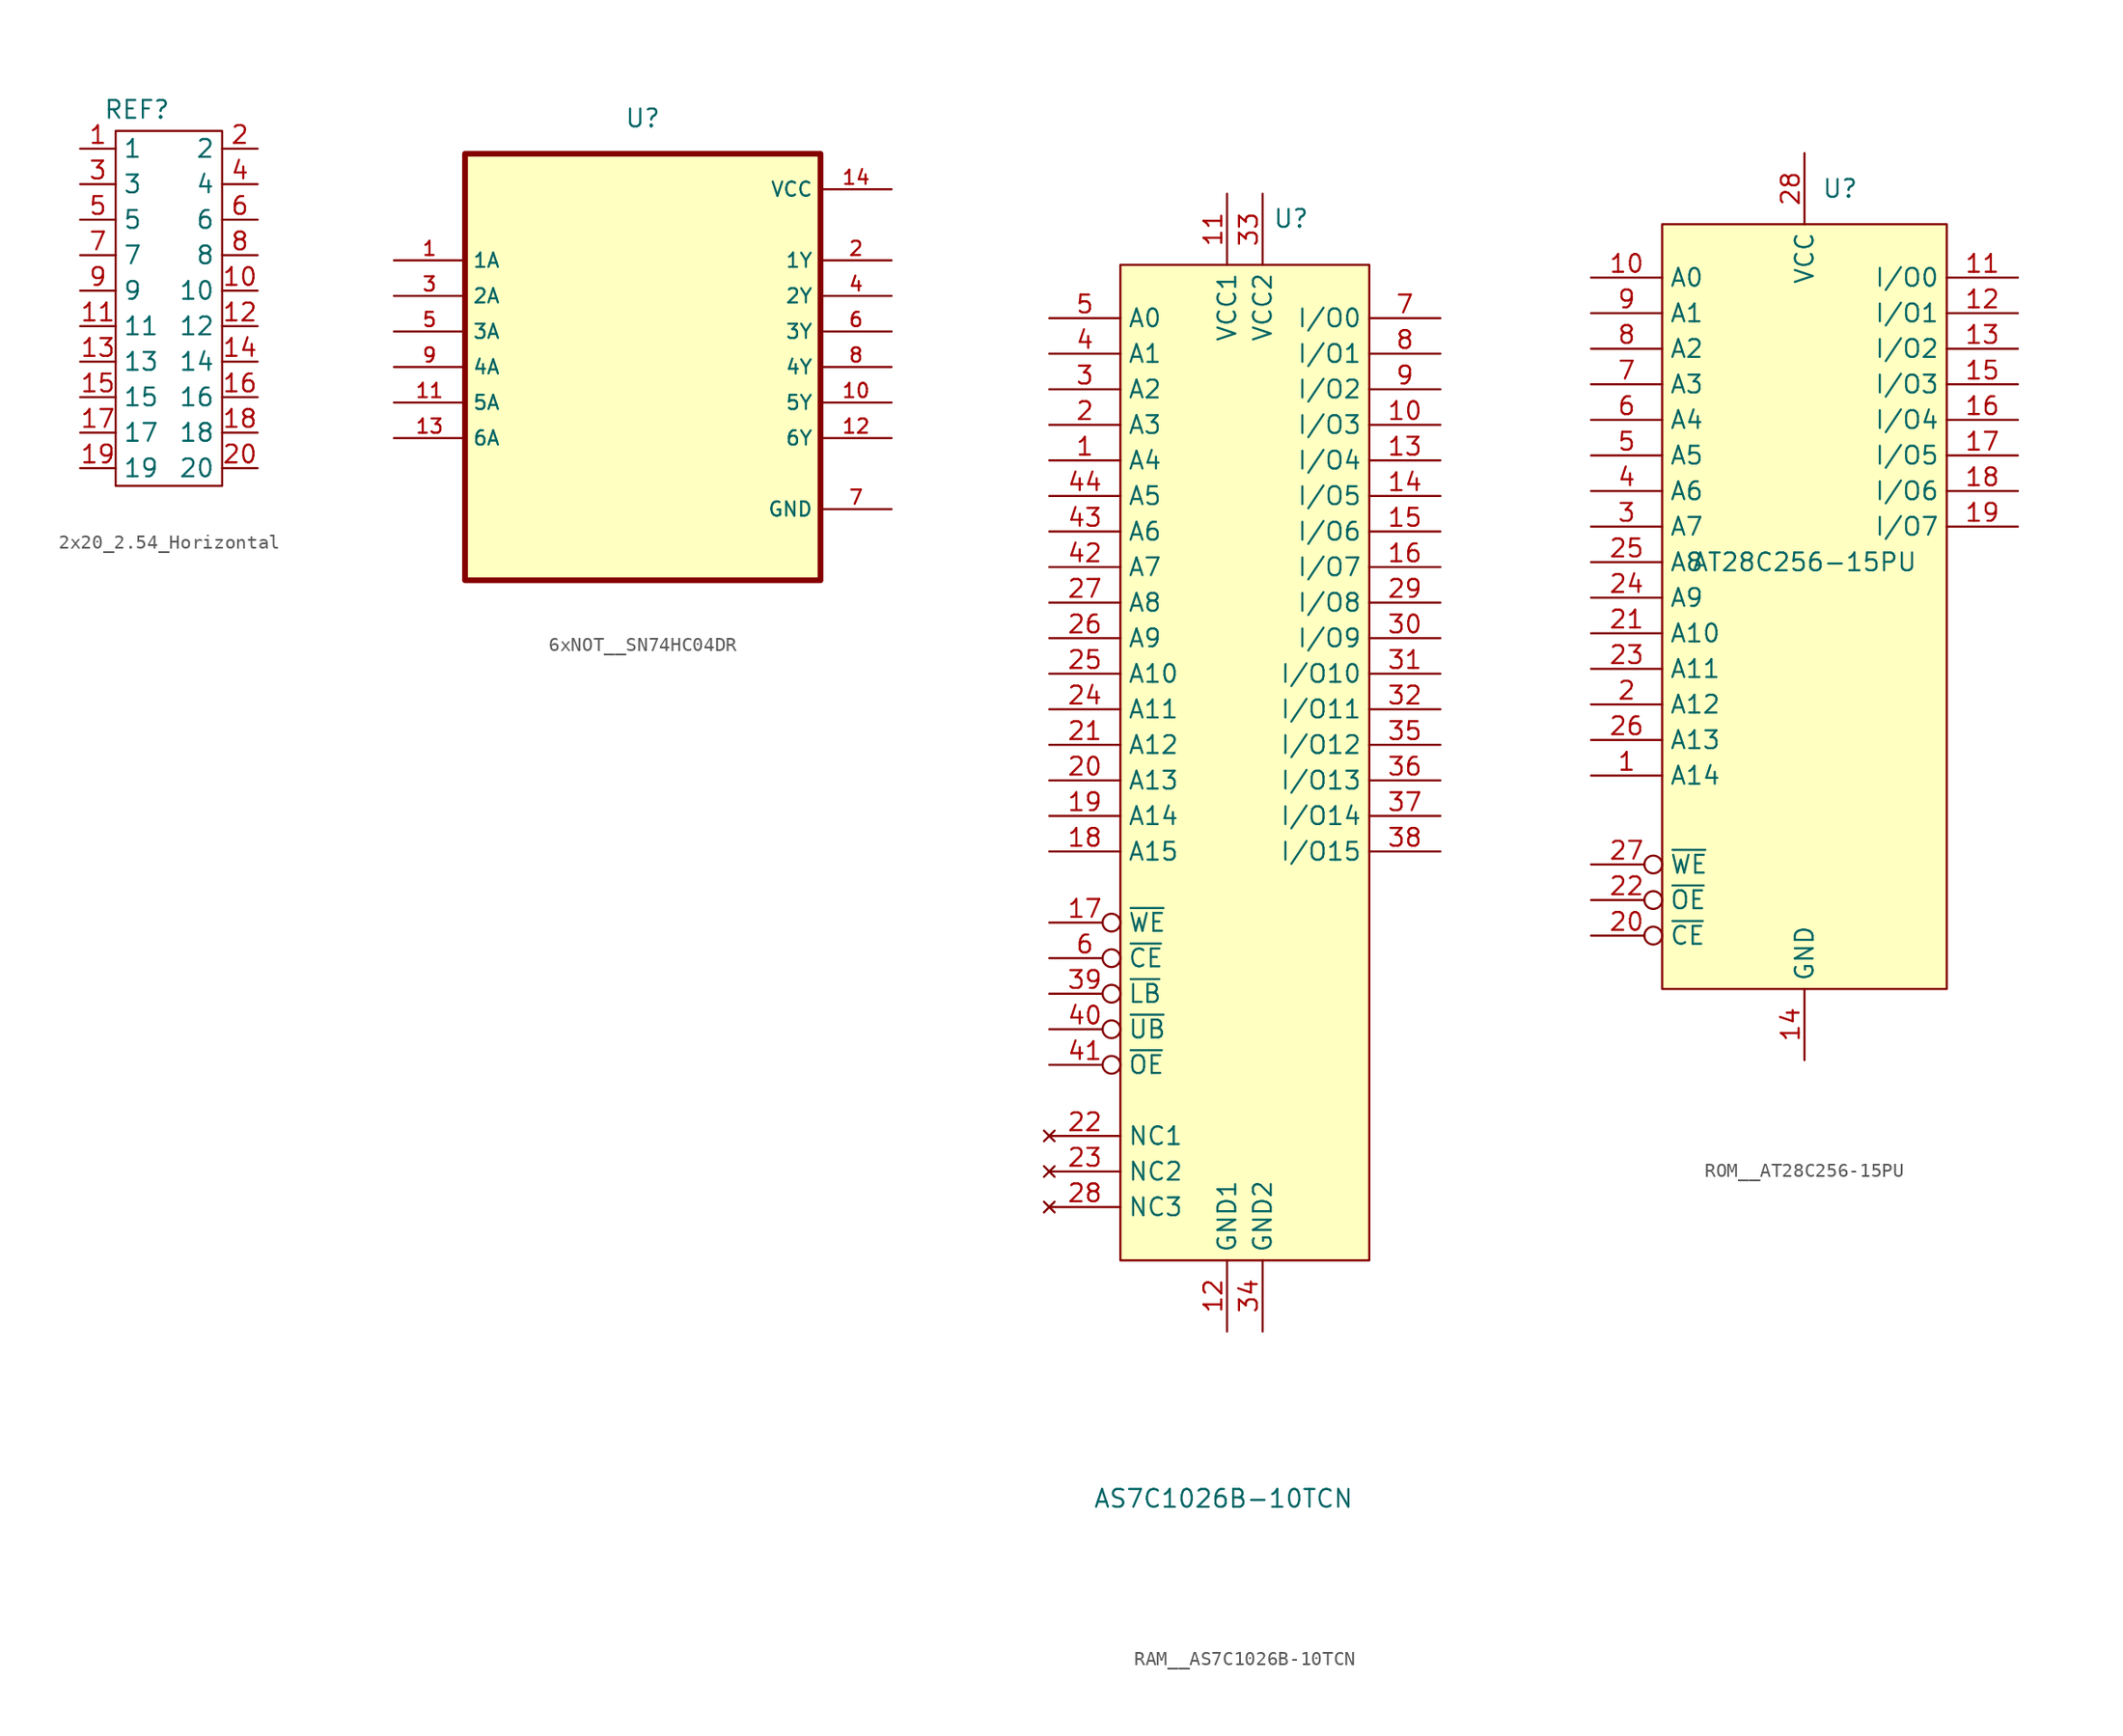
<source format=kicad_sym>
(kicad_symbol_lib
  (version 20241209)
  (generator "kicad_symbol_editor")
  (generator_version "9.0")
  (symbol "2x20_2.54_Horizontal"
    (property "Reference" "REF"
      (at -2.286 26.924 0)
      (effects (font (size 1.27 1.27))))
    (property "Value" ""
      (at 0 0 0)
      (effects (font (size 1.27 1.27))))
    (symbol "2x20_2.54_Horizontal_0_1"
      (rectangle (start -3.81 25.4) (end 3.81 0) (stroke (width 0) (type default)) (fill (type none))))
    (symbol "2x20_2.54_Horizontal_1_1"
      (pin bidirectional line (at -6.35 24.13 0) (length 2.54) (name "1" (effects (font (size 1.27 1.27)))) (number "1" (effects (font (size 1.27 1.27)))))
      (pin bidirectional line (at -6.35 21.59 0) (length 2.54) (name "3" (effects (font (size 1.27 1.27)))) (number "3" (effects (font (size 1.27 1.27)))))
      (pin bidirectional line (at -6.35 19.05 0) (length 2.54) (name "5" (effects (font (size 1.27 1.27)))) (number "5" (effects (font (size 1.27 1.27)))))
      (pin bidirectional line (at -6.35 16.51 0) (length 2.54) (name "7" (effects (font (size 1.27 1.27)))) (number "7" (effects (font (size 1.27 1.27)))))
      (pin bidirectional line (at -6.35 13.97 0) (length 2.54) (name "9" (effects (font (size 1.27 1.27)))) (number "9" (effects (font (size 1.27 1.27)))))
      (pin bidirectional line (at -6.35 11.43 0) (length 2.54) (name "11" (effects (font (size 1.27 1.27)))) (number "11" (effects (font (size 1.27 1.27)))))
      (pin bidirectional line (at -6.35 8.89 0) (length 2.54) (name "13" (effects (font (size 1.27 1.27)))) (number "13" (effects (font (size 1.27 1.27)))))
      (pin bidirectional line (at -6.35 6.35 0) (length 2.54) (name "15" (effects (font (size 1.27 1.27)))) (number "15" (effects (font (size 1.27 1.27)))))
      (pin bidirectional line (at -6.35 3.81 0) (length 2.54) (name "17" (effects (font (size 1.27 1.27)))) (number "17" (effects (font (size 1.27 1.27)))))
      (pin bidirectional line (at -6.35 1.27 0) (length 2.54) (name "19" (effects (font (size 1.27 1.27)))) (number "19" (effects (font (size 1.27 1.27)))))
      (pin bidirectional line (at 6.35 24.13 180) (length 2.54) (name "2" (effects (font (size 1.27 1.27)))) (number "2" (effects (font (size 1.27 1.27)))))
      (pin bidirectional line (at 6.35 21.59 180) (length 2.54) (name "4" (effects (font (size 1.27 1.27)))) (number "4" (effects (font (size 1.27 1.27)))))
      (pin bidirectional line (at 6.35 19.05 180) (length 2.54) (name "6" (effects (font (size 1.27 1.27)))) (number "6" (effects (font (size 1.27 1.27)))))
      (pin bidirectional line (at 6.35 16.51 180) (length 2.54) (name "8" (effects (font (size 1.27 1.27)))) (number "8" (effects (font (size 1.27 1.27)))))
      (pin bidirectional line (at 6.35 13.97 180) (length 2.54) (name "10" (effects (font (size 1.27 1.27)))) (number "10" (effects (font (size 1.27 1.27)))))
      (pin bidirectional line (at 6.35 11.43 180) (length 2.54) (name "12" (effects (font (size 1.27 1.27)))) (number "12" (effects (font (size 1.27 1.27)))))
      (pin bidirectional line (at 6.35 8.89 180) (length 2.54) (name "14" (effects (font (size 1.27 1.27)))) (number "14" (effects (font (size 1.27 1.27)))))
      (pin bidirectional line (at 6.35 6.35 180) (length 2.54) (name "16" (effects (font (size 1.27 1.27)))) (number "16" (effects (font (size 1.27 1.27)))))
      (pin bidirectional line (at 6.35 3.81 180) (length 2.54) (name "18" (effects (font (size 1.27 1.27)))) (number "18" (effects (font (size 1.27 1.27)))))
      (pin bidirectional line (at 6.35 1.27 180) (length 2.54) (name "20" (effects (font (size 1.27 1.27)))) (number "20" (effects (font (size 1.27 1.27)))))))
  (symbol "6xNOT__SN74HC04DR"
    (property "Reference" "U"
      (at 0 17.78 0)
      (effects (font (size 1.27 1.27))))
    (property "Value" ""
      (at 0 0 0)
      (effects (font (size 1.27 1.27))))
    (symbol "6xNOT__SN74HC04DR_0_0"
      (rectangle (start -12.7 -15.24) (end 12.7 15.24) (stroke (width 0.41) (type default)) (fill (type background)))
      (pin input line (at -17.78 7.62 0) (length 5.08) (name "1A" (effects (font (size 1.016 1.016)))) (number "1" (effects (font (size 1.016 1.016)))))
      (pin input line (at -17.78 5.08 0) (length 5.08) (name "2A" (effects (font (size 1.016 1.016)))) (number "3" (effects (font (size 1.016 1.016)))))
      (pin input line (at -17.78 2.54 0) (length 5.08) (name "3A" (effects (font (size 1.016 1.016)))) (number "5" (effects (font (size 1.016 1.016)))))
      (pin input line (at -17.78 0 0) (length 5.08) (name "4A" (effects (font (size 1.016 1.016)))) (number "9" (effects (font (size 1.016 1.016)))))
      (pin input line (at -17.78 -2.54 0) (length 5.08) (name "5A" (effects (font (size 1.016 1.016)))) (number "11" (effects (font (size 1.016 1.016)))))
      (pin input line (at -17.78 -5.08 0) (length 5.08) (name "6A" (effects (font (size 1.016 1.016)))) (number "13" (effects (font (size 1.016 1.016)))))
      (pin power_in line (at 17.78 12.7 180) (length 5.08) (name "VCC" (effects (font (size 1.016 1.016)))) (number "14" (effects (font (size 1.016 1.016)))))
      (pin output line (at 17.78 7.62 180) (length 5.08) (name "1Y" (effects (font (size 1.016 1.016)))) (number "2" (effects (font (size 1.016 1.016)))))
      (pin output line (at 17.78 5.08 180) (length 5.08) (name "2Y" (effects (font (size 1.016 1.016)))) (number "4" (effects (font (size 1.016 1.016)))))
      (pin output line (at 17.78 2.54 180) (length 5.08) (name "3Y" (effects (font (size 1.016 1.016)))) (number "6" (effects (font (size 1.016 1.016)))))
      (pin output line (at 17.78 0 180) (length 5.08) (name "4Y" (effects (font (size 1.016 1.016)))) (number "8" (effects (font (size 1.016 1.016)))))
      (pin output line (at 17.78 -2.54 180) (length 5.08) (name "5Y" (effects (font (size 1.016 1.016)))) (number "10" (effects (font (size 1.016 1.016)))))
      (pin output line (at 17.78 -5.08 180) (length 5.08) (name "6Y" (effects (font (size 1.016 1.016)))) (number "12" (effects (font (size 1.016 1.016)))))
      (pin power_in line (at 17.78 -10.16 180) (length 5.08) (name "GND" (effects (font (size 1.016 1.016)))) (number "7" (effects (font (size 1.016 1.016)))))))
  (symbol "RAM__AS7C1026B-10TCN"
    (property "Reference" "U"
      (at 3.302 37.592 0)
      (effects (font (size 1.27 1.27))))
    (property "Value" "AS7C1026B-10TCN"
      (at -1.524 -53.848 0)
      (effects (font (size 1.27 1.27))))
    (symbol "RAM__AS7C1026B-10TCN_1_1"
      (rectangle (start -8.89 34.29) (end 8.89 -36.83) (stroke (width 0) (type solid)) (fill (type background)))
      (pin input line (at -13.97 30.48 0) (length 5.08) (name "A0" (effects (font (size 1.27 1.27)))) (number "5" (effects (font (size 1.27 1.27)))))
      (pin input line (at -13.97 27.94 0) (length 5.08) (name "A1" (effects (font (size 1.27 1.27)))) (number "4" (effects (font (size 1.27 1.27)))))
      (pin input line (at -13.97 25.4 0) (length 5.08) (name "A2" (effects (font (size 1.27 1.27)))) (number "3" (effects (font (size 1.27 1.27)))))
      (pin input line (at -13.97 22.86 0) (length 5.08) (name "A3" (effects (font (size 1.27 1.27)))) (number "2" (effects (font (size 1.27 1.27)))))
      (pin input line (at -13.97 20.32 0) (length 5.08) (name "A4" (effects (font (size 1.27 1.27)))) (number "1" (effects (font (size 1.27 1.27)))))
      (pin input line (at -13.97 17.78 0) (length 5.08) (name "A5" (effects (font (size 1.27 1.27)))) (number "44" (effects (font (size 1.27 1.27)))))
      (pin input line (at -13.97 15.24 0) (length 5.08) (name "A6" (effects (font (size 1.27 1.27)))) (number "43" (effects (font (size 1.27 1.27)))))
      (pin input line (at -13.97 12.7 0) (length 5.08) (name "A7" (effects (font (size 1.27 1.27)))) (number "42" (effects (font (size 1.27 1.27)))))
      (pin input line (at -13.97 10.16 0) (length 5.08) (name "A8" (effects (font (size 1.27 1.27)))) (number "27" (effects (font (size 1.27 1.27)))))
      (pin input line (at -13.97 7.62 0) (length 5.08) (name "A9" (effects (font (size 1.27 1.27)))) (number "26" (effects (font (size 1.27 1.27)))))
      (pin input line (at -13.97 5.08 0) (length 5.08) (name "A10" (effects (font (size 1.27 1.27)))) (number "25" (effects (font (size 1.27 1.27)))))
      (pin input line (at -13.97 2.54 0) (length 5.08) (name "A11" (effects (font (size 1.27 1.27)))) (number "24" (effects (font (size 1.27 1.27)))))
      (pin input line (at -13.97 0 0) (length 5.08) (name "A12" (effects (font (size 1.27 1.27)))) (number "21" (effects (font (size 1.27 1.27)))))
      (pin input line (at -13.97 -2.54 0) (length 5.08) (name "A13" (effects (font (size 1.27 1.27)))) (number "20" (effects (font (size 1.27 1.27)))))
      (pin input line (at -13.97 -5.08 0) (length 5.08) (name "A14" (effects (font (size 1.27 1.27)))) (number "19" (effects (font (size 1.27 1.27)))))
      (pin input line (at -13.97 -7.62 0) (length 5.08) (name "A15" (effects (font (size 1.27 1.27)))) (number "18" (effects (font (size 1.27 1.27)))))
      (pin input inverted (at -13.97 -12.7 0) (length 5.08) (name "~{WE}" (effects (font (size 1.27 1.27)))) (number "17" (effects (font (size 1.27 1.27)))))
      (pin input inverted (at -13.97 -15.24 0) (length 5.08) (name "~{CE}" (effects (font (size 1.27 1.27)))) (number "6" (effects (font (size 1.27 1.27)))))
      (pin input inverted (at -13.97 -17.78 0) (length 5.08) (name "~{LB}" (effects (font (size 1.27 1.27)))) (number "39" (effects (font (size 1.27 1.27)))))
      (pin input inverted (at -13.97 -20.32 0) (length 5.08) (name "~{UB}" (effects (font (size 1.27 1.27)))) (number "40" (effects (font (size 1.27 1.27)))))
      (pin input inverted (at -13.97 -22.86 0) (length 5.08) (name "~{OE}" (effects (font (size 1.27 1.27)))) (number "41" (effects (font (size 1.27 1.27)))))
      (pin no_connect line (at -13.97 -27.94 0) (length 5.08) (name "NC1" (effects (font (size 1.27 1.27)))) (number "22" (effects (font (size 1.27 1.27)))))
      (pin no_connect line (at -13.97 -30.48 0) (length 5.08) (name "NC2" (effects (font (size 1.27 1.27)))) (number "23" (effects (font (size 1.27 1.27)))))
      (pin no_connect line (at -13.97 -33.02 0) (length 5.08) (name "NC3" (effects (font (size 1.27 1.27)))) (number "28" (effects (font (size 1.27 1.27)))))
      (pin power_in line (at -1.27 39.37 270) (length 5.08) (name "VCC1" (effects (font (size 1.27 1.27)))) (number "11" (effects (font (size 1.27 1.27)))))
      (pin power_in line (at -1.27 -41.91 90) (length 5.08) (name "GND1" (effects (font (size 1.27 1.27)))) (number "12" (effects (font (size 1.27 1.27)))))
      (pin power_in line (at 1.27 39.37 270) (length 5.08) (name "VCC2" (effects (font (size 1.27 1.27)))) (number "33" (effects (font (size 1.27 1.27)))))
      (pin power_in line (at 1.27 -41.91 90) (length 5.08) (name "GND2" (effects (font (size 1.27 1.27)))) (number "34" (effects (font (size 1.27 1.27)))))
      (pin bidirectional line (at 13.97 30.48 180) (length 5.08) (name "I/O0" (effects (font (size 1.27 1.27)))) (number "7" (effects (font (size 1.27 1.27)))))
      (pin bidirectional line (at 13.97 27.94 180) (length 5.08) (name "I/O1" (effects (font (size 1.27 1.27)))) (number "8" (effects (font (size 1.27 1.27)))))
      (pin bidirectional line (at 13.97 25.4 180) (length 5.08) (name "I/O2" (effects (font (size 1.27 1.27)))) (number "9" (effects (font (size 1.27 1.27)))))
      (pin bidirectional line (at 13.97 22.86 180) (length 5.08) (name "I/O3" (effects (font (size 1.27 1.27)))) (number "10" (effects (font (size 1.27 1.27)))))
      (pin bidirectional line (at 13.97 20.32 180) (length 5.08) (name "I/O4" (effects (font (size 1.27 1.27)))) (number "13" (effects (font (size 1.27 1.27)))))
      (pin bidirectional line (at 13.97 17.78 180) (length 5.08) (name "I/O5" (effects (font (size 1.27 1.27)))) (number "14" (effects (font (size 1.27 1.27)))))
      (pin bidirectional line (at 13.97 15.24 180) (length 5.08) (name "I/O6" (effects (font (size 1.27 1.27)))) (number "15" (effects (font (size 1.27 1.27)))))
      (pin bidirectional line (at 13.97 12.7 180) (length 5.08) (name "I/O7" (effects (font (size 1.27 1.27)))) (number "16" (effects (font (size 1.27 1.27)))))
      (pin bidirectional line (at 13.97 10.16 180) (length 5.08) (name "I/O8" (effects (font (size 1.27 1.27)))) (number "29" (effects (font (size 1.27 1.27)))))
      (pin bidirectional line (at 13.97 7.62 180) (length 5.08) (name "I/O9" (effects (font (size 1.27 1.27)))) (number "30" (effects (font (size 1.27 1.27)))))
      (pin bidirectional line (at 13.97 5.08 180) (length 5.08) (name "I/O10" (effects (font (size 1.27 1.27)))) (number "31" (effects (font (size 1.27 1.27)))))
      (pin bidirectional line (at 13.97 2.54 180) (length 5.08) (name "I/O11" (effects (font (size 1.27 1.27)))) (number "32" (effects (font (size 1.27 1.27)))))
      (pin bidirectional line (at 13.97 0 180) (length 5.08) (name "I/O12" (effects (font (size 1.27 1.27)))) (number "35" (effects (font (size 1.27 1.27)))))
      (pin bidirectional line (at 13.97 -2.54 180) (length 5.08) (name "I/O13" (effects (font (size 1.27 1.27)))) (number "36" (effects (font (size 1.27 1.27)))))
      (pin bidirectional line (at 13.97 -5.08 180) (length 5.08) (name "I/O14" (effects (font (size 1.27 1.27)))) (number "37" (effects (font (size 1.27 1.27)))))
      (pin bidirectional line (at 13.97 -7.62 180) (length 5.08) (name "I/O15" (effects (font (size 1.27 1.27)))) (number "38" (effects (font (size 1.27 1.27)))))))
  (symbol "ROM__AT28C256-15PU"
    (property "Reference" "U"
      (at 2.54 26.67 0)
      (effects (font (size 1.27 1.27))))
    (property "Value" "AT28C256-15PU"
      (at 0 0 0)
      (effects (font (size 1.27 1.27))))
    (symbol "ROM__AT28C256-15PU_1_1"
      (rectangle (start -10.16 24.13) (end 10.16 -30.48) (stroke (width 0) (type solid)) (fill (type background)))
      (pin input line (at -15.24 20.32 0) (length 5.08) (name "A0" (effects (font (size 1.27 1.27)))) (number "10" (effects (font (size 1.27 1.27)))))
      (pin input line (at -15.24 17.78 0) (length 5.08) (name "A1" (effects (font (size 1.27 1.27)))) (number "9" (effects (font (size 1.27 1.27)))))
      (pin input line (at -15.24 15.24 0) (length 5.08) (name "A2" (effects (font (size 1.27 1.27)))) (number "8" (effects (font (size 1.27 1.27)))))
      (pin input line (at -15.24 12.7 0) (length 5.08) (name "A3" (effects (font (size 1.27 1.27)))) (number "7" (effects (font (size 1.27 1.27)))))
      (pin input line (at -15.24 10.16 0) (length 5.08) (name "A4" (effects (font (size 1.27 1.27)))) (number "6" (effects (font (size 1.27 1.27)))))
      (pin input line (at -15.24 7.62 0) (length 5.08) (name "A5" (effects (font (size 1.27 1.27)))) (number "5" (effects (font (size 1.27 1.27)))))
      (pin input line (at -15.24 5.08 0) (length 5.08) (name "A6" (effects (font (size 1.27 1.27)))) (number "4" (effects (font (size 1.27 1.27)))))
      (pin input line (at -15.24 2.54 0) (length 5.08) (name "A7" (effects (font (size 1.27 1.27)))) (number "3" (effects (font (size 1.27 1.27)))))
      (pin input line (at -15.24 0 0) (length 5.08) (name "A8" (effects (font (size 1.27 1.27)))) (number "25" (effects (font (size 1.27 1.27)))))
      (pin input line (at -15.24 -2.54 0) (length 5.08) (name "A9" (effects (font (size 1.27 1.27)))) (number "24" (effects (font (size 1.27 1.27)))))
      (pin input line (at -15.24 -5.08 0) (length 5.08) (name "A10" (effects (font (size 1.27 1.27)))) (number "21" (effects (font (size 1.27 1.27)))))
      (pin input line (at -15.24 -7.62 0) (length 5.08) (name "A11" (effects (font (size 1.27 1.27)))) (number "23" (effects (font (size 1.27 1.27)))))
      (pin input line (at -15.24 -10.16 0) (length 5.08) (name "A12" (effects (font (size 1.27 1.27)))) (number "2" (effects (font (size 1.27 1.27)))))
      (pin input line (at -15.24 -12.7 0) (length 5.08) (name "A13" (effects (font (size 1.27 1.27)))) (number "26" (effects (font (size 1.27 1.27)))))
      (pin input line (at -15.24 -15.24 0) (length 5.08) (name "A14" (effects (font (size 1.27 1.27)))) (number "1" (effects (font (size 1.27 1.27)))))
      (pin input inverted (at -15.24 -21.59 0) (length 5.08) (name "~{WE}" (effects (font (size 1.27 1.27)))) (number "27" (effects (font (size 1.27 1.27)))))
      (pin input inverted (at -15.24 -24.13 0) (length 5.08) (name "~{OE}" (effects (font (size 1.27 1.27)))) (number "22" (effects (font (size 1.27 1.27)))))
      (pin input inverted (at -15.24 -26.67 0) (length 5.08) (name "~{CE}" (effects (font (size 1.27 1.27)))) (number "20" (effects (font (size 1.27 1.27)))))
      (pin power_in line (at 0 29.21 270) (length 5.08) (name "VCC" (effects (font (size 1.27 1.27)))) (number "28" (effects (font (size 1.27 1.27)))))
      (pin power_in line (at 0 -35.56 90) (length 5.08) (name "GND" (effects (font (size 1.27 1.27)))) (number "14" (effects (font (size 1.27 1.27)))))
      (pin bidirectional line (at 15.24 20.32 180) (length 5.08) (name "I/O0" (effects (font (size 1.27 1.27)))) (number "11" (effects (font (size 1.27 1.27)))))
      (pin bidirectional line (at 15.24 17.78 180) (length 5.08) (name "I/O1" (effects (font (size 1.27 1.27)))) (number "12" (effects (font (size 1.27 1.27)))))
      (pin bidirectional line (at 15.24 15.24 180) (length 5.08) (name "I/O2" (effects (font (size 1.27 1.27)))) (number "13" (effects (font (size 1.27 1.27)))))
      (pin bidirectional line (at 15.24 12.7 180) (length 5.08) (name "I/O3" (effects (font (size 1.27 1.27)))) (number "15" (effects (font (size 1.27 1.27)))))
      (pin bidirectional line (at 15.24 10.16 180) (length 5.08) (name "I/O4" (effects (font (size 1.27 1.27)))) (number "16" (effects (font (size 1.27 1.27)))))
      (pin bidirectional line (at 15.24 7.62 180) (length 5.08) (name "I/O5" (effects (font (size 1.27 1.27)))) (number "17" (effects (font (size 1.27 1.27)))))
      (pin bidirectional line (at 15.24 5.08 180) (length 5.08) (name "I/O6" (effects (font (size 1.27 1.27)))) (number "18" (effects (font (size 1.27 1.27)))))
      (pin bidirectional line (at 15.24 2.54 180) (length 5.08) (name "I/O7" (effects (font (size 1.27 1.27)))) (number "19" (effects (font (size 1.27 1.27))))))))
</source>
